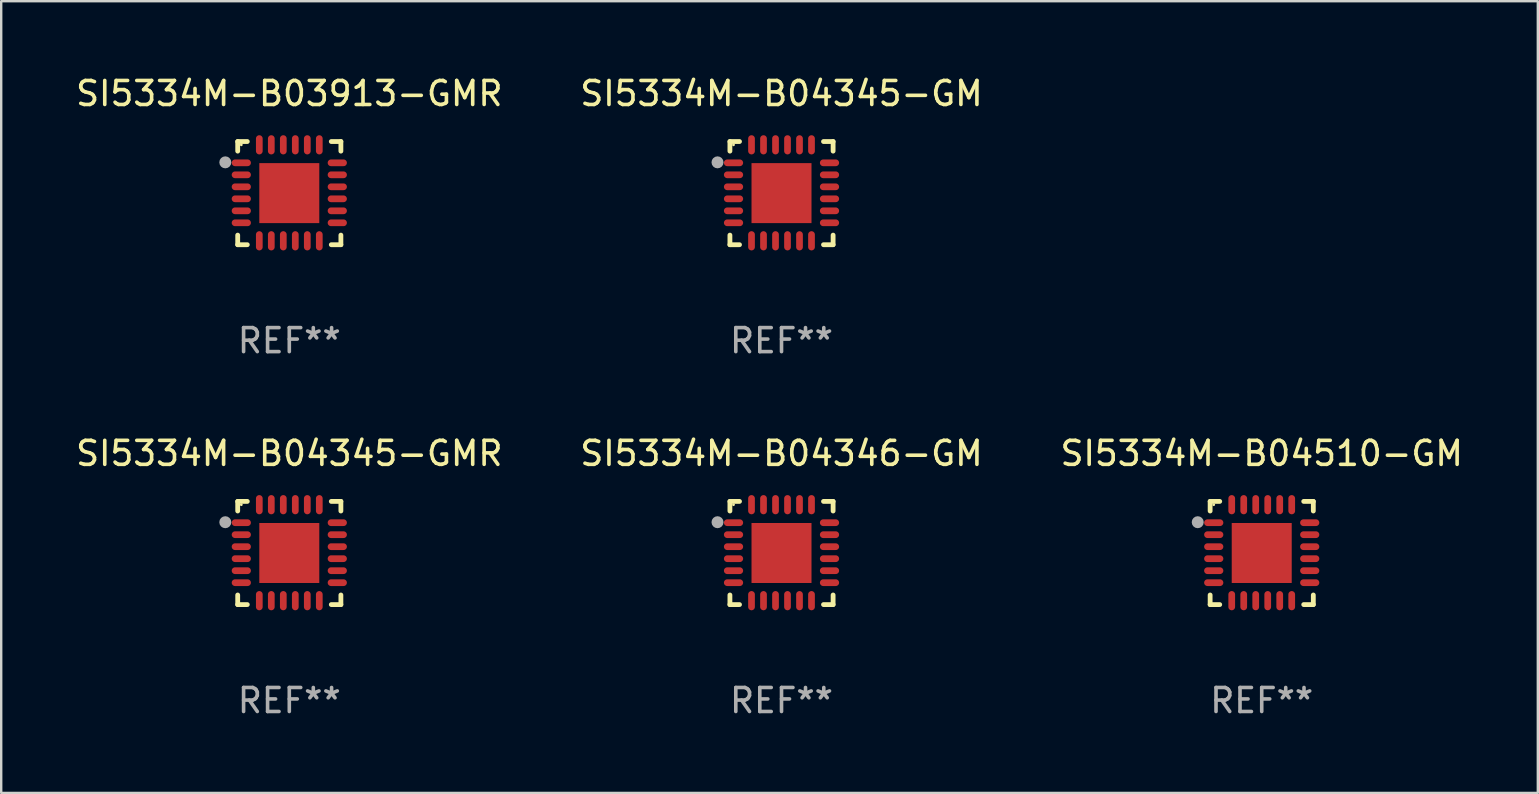
<source format=kicad_pcb>
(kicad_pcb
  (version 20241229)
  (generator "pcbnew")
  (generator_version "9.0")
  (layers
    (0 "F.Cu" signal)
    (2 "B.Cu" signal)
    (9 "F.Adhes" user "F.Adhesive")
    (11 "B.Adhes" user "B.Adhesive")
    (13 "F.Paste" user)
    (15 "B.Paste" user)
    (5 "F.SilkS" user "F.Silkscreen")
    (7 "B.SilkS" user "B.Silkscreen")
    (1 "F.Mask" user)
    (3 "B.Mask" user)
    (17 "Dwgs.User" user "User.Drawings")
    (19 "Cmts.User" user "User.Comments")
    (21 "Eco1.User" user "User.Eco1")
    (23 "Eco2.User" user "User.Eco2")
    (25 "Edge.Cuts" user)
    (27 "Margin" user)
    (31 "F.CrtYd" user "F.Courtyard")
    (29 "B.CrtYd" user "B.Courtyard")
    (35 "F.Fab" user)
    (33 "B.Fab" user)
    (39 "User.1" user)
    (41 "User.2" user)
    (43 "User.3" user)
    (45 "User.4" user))
  (footprint "SI5334M-B03913-GMR"
    (layer "F.Cu")
    (at 9.006 4.998)
    (property "Reference" "SI5334M-B03913-GMR" (at 0 -4.15 0) (layer "F.SilkS") (effects (font (size 1 1) (thickness 0.15))))
    (attr through_hole)
    (fp_line (start -2.15 -2.15) (end -1.75 -2.15) (stroke (width 0.2) (type solid)) (layer "F.SilkS"))
    (fp_line (start -2.15 -1.75) (end -2.15 -2.15) (stroke (width 0.2) (type solid)) (layer "F.SilkS"))
    (fp_line (start -2.15 2.15) (end -2.15 1.75) (stroke (width 0.2) (type solid)) (layer "F.SilkS"))
    (fp_line (start -1.75 2.15) (end -2.15 2.15) (stroke (width 0.2) (type solid)) (layer "F.SilkS"))
    (fp_line (start 1.75 -2.15) (end 2.15 -2.15) (stroke (width 0.2) (type solid)) (layer "F.SilkS"))
    (fp_line (start 1.75 2.15) (end 2.15 2.15) (stroke (width 0.2) (type solid)) (layer "F.SilkS"))
    (fp_line (start 2.15 -2.15) (end 2.15 -1.75) (stroke (width 0.2) (type solid)) (layer "F.SilkS"))
    (fp_line (start 2.15 2.15) (end 2.15 1.75) (stroke (width 0.2) (type solid)) (layer "F.SilkS"))
    (fp_circle (center -2 -2.013) (end -1.97 -2.013) (stroke (width 0.06) (type solid)) (fill no) (layer "F.SilkS"))
    (fp_circle (center -2.667 -1.283) (end -2.542 -1.283) (stroke (width 0.25) (type solid)) (fill no) (layer "F.Fab"))
    (fp_text user "REF**" (at 0 6.15 0) (layer "F.Fab") (effects (font (size 1 1) (thickness 0.15))))
    (pad "1" smd oval (at -2 -1.263) (size 0.8 0.28) (layers "F.Cu" "F.Mask" "F.Paste"))
    (pad "2" smd oval (at -2 -0.763) (size 0.8 0.28) (layers "F.Cu" "F.Mask" "F.Paste"))
    (pad "3" smd oval (at -2 -0.263) (size 0.8 0.28) (layers "F.Cu" "F.Mask" "F.Paste"))
    (pad "4" smd oval (at -2 0.237) (size 0.8 0.28) (layers "F.Cu" "F.Mask" "F.Paste"))
    (pad "5" smd oval (at -2 0.737) (size 0.8 0.28) (layers "F.Cu" "F.Mask" "F.Paste"))
    (pad "6" smd oval (at -2 1.237) (size 0.8 0.28) (layers "F.Cu" "F.Mask" "F.Paste"))
    (pad "7" smd oval (at -1.25 1.987) (size 0.28 0.8) (layers "F.Cu" "F.Mask" "F.Paste"))
    (pad "8" smd oval (at -0.75 1.987) (size 0.28 0.8) (layers "F.Cu" "F.Mask" "F.Paste"))
    (pad "9" smd oval (at -0.25 1.987) (size 0.28 0.8) (layers "F.Cu" "F.Mask" "F.Paste"))
    (pad "10" smd oval (at 0.25 1.987) (size 0.28 0.8) (layers "F.Cu" "F.Mask" "F.Paste"))
    (pad "11" smd oval (at 0.75 1.987) (size 0.28 0.8) (layers "F.Cu" "F.Mask" "F.Paste"))
    (pad "12" smd oval (at 1.25 1.987) (size 0.28 0.8) (layers "F.Cu" "F.Mask" "F.Paste"))
    (pad "13" smd oval (at 2 1.237) (size 0.8 0.28) (layers "F.Cu" "F.Mask" "F.Paste"))
    (pad "14" smd oval (at 2 0.737) (size 0.8 0.28) (layers "F.Cu" "F.Mask" "F.Paste"))
    (pad "15" smd oval (at 2 0.237) (size 0.8 0.28) (layers "F.Cu" "F.Mask" "F.Paste"))
    (pad "16" smd oval (at 2 -0.263) (size 0.8 0.28) (layers "F.Cu" "F.Mask" "F.Paste"))
    (pad "17" smd oval (at 2 -0.763) (size 0.8 0.28) (layers "F.Cu" "F.Mask" "F.Paste"))
    (pad "18" smd oval (at 2 -1.263) (size 0.8 0.28) (layers "F.Cu" "F.Mask" "F.Paste"))
    (pad "19" smd oval (at 1.25 -2.013) (size 0.28 0.8) (layers "F.Cu" "F.Mask" "F.Paste"))
    (pad "20" smd oval (at 0.75 -2.013) (size 0.28 0.8) (layers "F.Cu" "F.Mask" "F.Paste"))
    (pad "21" smd oval (at 0.25 -2.013) (size 0.28 0.8) (layers "F.Cu" "F.Mask" "F.Paste"))
    (pad "22" smd oval (at -0.25 -2.013) (size 0.28 0.8) (layers "F.Cu" "F.Mask" "F.Paste"))
    (pad "23" smd oval (at -0.75 -2.013) (size 0.28 0.8) (layers "F.Cu" "F.Mask" "F.Paste"))
    (pad "24" smd oval (at -1.25 -2.013) (size 0.28 0.8) (layers "F.Cu" "F.Mask" "F.Paste"))
    (pad "25" smd rect (at -0.000127 -0.00014) (size 2.5 2.5) (layers "F.Cu" "F.Mask" "F.Paste")))
  (footprint "SI5334M-B04345-GM"
    (layer "F.Cu")
    (at 29.518 4.998)
    (property "Reference" "SI5334M-B04345-GM" (at 0 -4.15 0) (layer "F.SilkS") (effects (font (size 1 1) (thickness 0.15))))
    (attr through_hole)
    (fp_line (start -2.15 -2.15) (end -1.75 -2.15) (stroke (width 0.2) (type solid)) (layer "F.SilkS"))
    (fp_line (start -2.15 -1.75) (end -2.15 -2.15) (stroke (width 0.2) (type solid)) (layer "F.SilkS"))
    (fp_line (start -2.15 2.15) (end -2.15 1.75) (stroke (width 0.2) (type solid)) (layer "F.SilkS"))
    (fp_line (start -1.75 2.15) (end -2.15 2.15) (stroke (width 0.2) (type solid)) (layer "F.SilkS"))
    (fp_line (start 1.75 -2.15) (end 2.15 -2.15) (stroke (width 0.2) (type solid)) (layer "F.SilkS"))
    (fp_line (start 1.75 2.15) (end 2.15 2.15) (stroke (width 0.2) (type solid)) (layer "F.SilkS"))
    (fp_line (start 2.15 -2.15) (end 2.15 -1.75) (stroke (width 0.2) (type solid)) (layer "F.SilkS"))
    (fp_line (start 2.15 2.15) (end 2.15 1.75) (stroke (width 0.2) (type solid)) (layer "F.SilkS"))
    (fp_circle (center -2 -2.013) (end -1.97 -2.013) (stroke (width 0.06) (type solid)) (fill no) (layer "F.SilkS"))
    (fp_circle (center -2.667 -1.283) (end -2.542 -1.283) (stroke (width 0.25) (type solid)) (fill no) (layer "F.Fab"))
    (fp_text user "REF**" (at 0 6.15 0) (layer "F.Fab") (effects (font (size 1 1) (thickness 0.15))))
    (pad "1" smd oval (at -2 -1.263) (size 0.8 0.28) (layers "F.Cu" "F.Mask" "F.Paste"))
    (pad "2" smd oval (at -2 -0.763) (size 0.8 0.28) (layers "F.Cu" "F.Mask" "F.Paste"))
    (pad "3" smd oval (at -2 -0.263) (size 0.8 0.28) (layers "F.Cu" "F.Mask" "F.Paste"))
    (pad "4" smd oval (at -2 0.237) (size 0.8 0.28) (layers "F.Cu" "F.Mask" "F.Paste"))
    (pad "5" smd oval (at -2 0.737) (size 0.8 0.28) (layers "F.Cu" "F.Mask" "F.Paste"))
    (pad "6" smd oval (at -2 1.237) (size 0.8 0.28) (layers "F.Cu" "F.Mask" "F.Paste"))
    (pad "7" smd oval (at -1.25 1.987) (size 0.28 0.8) (layers "F.Cu" "F.Mask" "F.Paste"))
    (pad "8" smd oval (at -0.75 1.987) (size 0.28 0.8) (layers "F.Cu" "F.Mask" "F.Paste"))
    (pad "9" smd oval (at -0.25 1.987) (size 0.28 0.8) (layers "F.Cu" "F.Mask" "F.Paste"))
    (pad "10" smd oval (at 0.25 1.987) (size 0.28 0.8) (layers "F.Cu" "F.Mask" "F.Paste"))
    (pad "11" smd oval (at 0.75 1.987) (size 0.28 0.8) (layers "F.Cu" "F.Mask" "F.Paste"))
    (pad "12" smd oval (at 1.25 1.987) (size 0.28 0.8) (layers "F.Cu" "F.Mask" "F.Paste"))
    (pad "13" smd oval (at 2 1.237) (size 0.8 0.28) (layers "F.Cu" "F.Mask" "F.Paste"))
    (pad "14" smd oval (at 2 0.737) (size 0.8 0.28) (layers "F.Cu" "F.Mask" "F.Paste"))
    (pad "15" smd oval (at 2 0.237) (size 0.8 0.28) (layers "F.Cu" "F.Mask" "F.Paste"))
    (pad "16" smd oval (at 2 -0.263) (size 0.8 0.28) (layers "F.Cu" "F.Mask" "F.Paste"))
    (pad "17" smd oval (at 2 -0.763) (size 0.8 0.28) (layers "F.Cu" "F.Mask" "F.Paste"))
    (pad "18" smd oval (at 2 -1.263) (size 0.8 0.28) (layers "F.Cu" "F.Mask" "F.Paste"))
    (pad "19" smd oval (at 1.25 -2.013) (size 0.28 0.8) (layers "F.Cu" "F.Mask" "F.Paste"))
    (pad "20" smd oval (at 0.75 -2.013) (size 0.28 0.8) (layers "F.Cu" "F.Mask" "F.Paste"))
    (pad "21" smd oval (at 0.25 -2.013) (size 0.28 0.8) (layers "F.Cu" "F.Mask" "F.Paste"))
    (pad "22" smd oval (at -0.25 -2.013) (size 0.28 0.8) (layers "F.Cu" "F.Mask" "F.Paste"))
    (pad "23" smd oval (at -0.75 -2.013) (size 0.28 0.8) (layers "F.Cu" "F.Mask" "F.Paste"))
    (pad "24" smd oval (at -1.25 -2.013) (size 0.28 0.8) (layers "F.Cu" "F.Mask" "F.Paste"))
    (pad "25" smd rect (at -0.000127 -0.00014) (size 2.5 2.5) (layers "F.Cu" "F.Mask" "F.Paste")))
  (footprint "SI5334M-B04345-GMR"
    (layer "F.Cu")
    (at 9.006 19.995)
    (property "Reference" "SI5334M-B04345-GMR" (at 0 -4.15 0) (layer "F.SilkS") (effects (font (size 1 1) (thickness 0.15))))
    (attr through_hole)
    (fp_line (start -2.15 -2.15) (end -1.75 -2.15) (stroke (width 0.2) (type solid)) (layer "F.SilkS"))
    (fp_line (start -2.15 -1.75) (end -2.15 -2.15) (stroke (width 0.2) (type solid)) (layer "F.SilkS"))
    (fp_line (start -2.15 2.15) (end -2.15 1.75) (stroke (width 0.2) (type solid)) (layer "F.SilkS"))
    (fp_line (start -1.75 2.15) (end -2.15 2.15) (stroke (width 0.2) (type solid)) (layer "F.SilkS"))
    (fp_line (start 1.75 -2.15) (end 2.15 -2.15) (stroke (width 0.2) (type solid)) (layer "F.SilkS"))
    (fp_line (start 1.75 2.15) (end 2.15 2.15) (stroke (width 0.2) (type solid)) (layer "F.SilkS"))
    (fp_line (start 2.15 -2.15) (end 2.15 -1.75) (stroke (width 0.2) (type solid)) (layer "F.SilkS"))
    (fp_line (start 2.15 2.15) (end 2.15 1.75) (stroke (width 0.2) (type solid)) (layer "F.SilkS"))
    (fp_circle (center -2 -2.013) (end -1.97 -2.013) (stroke (width 0.06) (type solid)) (fill no) (layer "F.SilkS"))
    (fp_circle (center -2.667 -1.283) (end -2.542 -1.283) (stroke (width 0.25) (type solid)) (fill no) (layer "F.Fab"))
    (fp_text user "REF**" (at 0 6.15 0) (layer "F.Fab") (effects (font (size 1 1) (thickness 0.15))))
    (pad "1" smd oval (at -2 -1.263) (size 0.8 0.28) (layers "F.Cu" "F.Mask" "F.Paste"))
    (pad "2" smd oval (at -2 -0.763) (size 0.8 0.28) (layers "F.Cu" "F.Mask" "F.Paste"))
    (pad "3" smd oval (at -2 -0.263) (size 0.8 0.28) (layers "F.Cu" "F.Mask" "F.Paste"))
    (pad "4" smd oval (at -2 0.237) (size 0.8 0.28) (layers "F.Cu" "F.Mask" "F.Paste"))
    (pad "5" smd oval (at -2 0.737) (size 0.8 0.28) (layers "F.Cu" "F.Mask" "F.Paste"))
    (pad "6" smd oval (at -2 1.237) (size 0.8 0.28) (layers "F.Cu" "F.Mask" "F.Paste"))
    (pad "7" smd oval (at -1.25 1.987) (size 0.28 0.8) (layers "F.Cu" "F.Mask" "F.Paste"))
    (pad "8" smd oval (at -0.75 1.987) (size 0.28 0.8) (layers "F.Cu" "F.Mask" "F.Paste"))
    (pad "9" smd oval (at -0.25 1.987) (size 0.28 0.8) (layers "F.Cu" "F.Mask" "F.Paste"))
    (pad "10" smd oval (at 0.25 1.987) (size 0.28 0.8) (layers "F.Cu" "F.Mask" "F.Paste"))
    (pad "11" smd oval (at 0.75 1.987) (size 0.28 0.8) (layers "F.Cu" "F.Mask" "F.Paste"))
    (pad "12" smd oval (at 1.25 1.987) (size 0.28 0.8) (layers "F.Cu" "F.Mask" "F.Paste"))
    (pad "13" smd oval (at 2 1.237) (size 0.8 0.28) (layers "F.Cu" "F.Mask" "F.Paste"))
    (pad "14" smd oval (at 2 0.737) (size 0.8 0.28) (layers "F.Cu" "F.Mask" "F.Paste"))
    (pad "15" smd oval (at 2 0.237) (size 0.8 0.28) (layers "F.Cu" "F.Mask" "F.Paste"))
    (pad "16" smd oval (at 2 -0.263) (size 0.8 0.28) (layers "F.Cu" "F.Mask" "F.Paste"))
    (pad "17" smd oval (at 2 -0.763) (size 0.8 0.28) (layers "F.Cu" "F.Mask" "F.Paste"))
    (pad "18" smd oval (at 2 -1.263) (size 0.8 0.28) (layers "F.Cu" "F.Mask" "F.Paste"))
    (pad "19" smd oval (at 1.25 -2.013) (size 0.28 0.8) (layers "F.Cu" "F.Mask" "F.Paste"))
    (pad "20" smd oval (at 0.75 -2.013) (size 0.28 0.8) (layers "F.Cu" "F.Mask" "F.Paste"))
    (pad "21" smd oval (at 0.25 -2.013) (size 0.28 0.8) (layers "F.Cu" "F.Mask" "F.Paste"))
    (pad "22" smd oval (at -0.25 -2.013) (size 0.28 0.8) (layers "F.Cu" "F.Mask" "F.Paste"))
    (pad "23" smd oval (at -0.75 -2.013) (size 0.28 0.8) (layers "F.Cu" "F.Mask" "F.Paste"))
    (pad "24" smd oval (at -1.25 -2.013) (size 0.28 0.8) (layers "F.Cu" "F.Mask" "F.Paste"))
    (pad "25" smd rect (at -0.000127 -0.00014) (size 2.5 2.5) (layers "F.Cu" "F.Mask" "F.Paste")))
  (footprint "SI5334M-B04346-GM"
    (layer "F.Cu")
    (at 29.518 19.995)
    (property "Reference" "SI5334M-B04346-GM" (at 0 -4.15 0) (layer "F.SilkS") (effects (font (size 1 1) (thickness 0.15))))
    (attr through_hole)
    (fp_line (start -2.15 -2.15) (end -1.75 -2.15) (stroke (width 0.2) (type solid)) (layer "F.SilkS"))
    (fp_line (start -2.15 -1.75) (end -2.15 -2.15) (stroke (width 0.2) (type solid)) (layer "F.SilkS"))
    (fp_line (start -2.15 2.15) (end -2.15 1.75) (stroke (width 0.2) (type solid)) (layer "F.SilkS"))
    (fp_line (start -1.75 2.15) (end -2.15 2.15) (stroke (width 0.2) (type solid)) (layer "F.SilkS"))
    (fp_line (start 1.75 -2.15) (end 2.15 -2.15) (stroke (width 0.2) (type solid)) (layer "F.SilkS"))
    (fp_line (start 1.75 2.15) (end 2.15 2.15) (stroke (width 0.2) (type solid)) (layer "F.SilkS"))
    (fp_line (start 2.15 -2.15) (end 2.15 -1.75) (stroke (width 0.2) (type solid)) (layer "F.SilkS"))
    (fp_line (start 2.15 2.15) (end 2.15 1.75) (stroke (width 0.2) (type solid)) (layer "F.SilkS"))
    (fp_circle (center -2 -2.013) (end -1.97 -2.013) (stroke (width 0.06) (type solid)) (fill no) (layer "F.SilkS"))
    (fp_circle (center -2.667 -1.283) (end -2.542 -1.283) (stroke (width 0.25) (type solid)) (fill no) (layer "F.Fab"))
    (fp_text user "REF**" (at 0 6.15 0) (layer "F.Fab") (effects (font (size 1 1) (thickness 0.15))))
    (pad "1" smd oval (at -2 -1.263) (size 0.8 0.28) (layers "F.Cu" "F.Mask" "F.Paste"))
    (pad "2" smd oval (at -2 -0.763) (size 0.8 0.28) (layers "F.Cu" "F.Mask" "F.Paste"))
    (pad "3" smd oval (at -2 -0.263) (size 0.8 0.28) (layers "F.Cu" "F.Mask" "F.Paste"))
    (pad "4" smd oval (at -2 0.237) (size 0.8 0.28) (layers "F.Cu" "F.Mask" "F.Paste"))
    (pad "5" smd oval (at -2 0.737) (size 0.8 0.28) (layers "F.Cu" "F.Mask" "F.Paste"))
    (pad "6" smd oval (at -2 1.237) (size 0.8 0.28) (layers "F.Cu" "F.Mask" "F.Paste"))
    (pad "7" smd oval (at -1.25 1.987) (size 0.28 0.8) (layers "F.Cu" "F.Mask" "F.Paste"))
    (pad "8" smd oval (at -0.75 1.987) (size 0.28 0.8) (layers "F.Cu" "F.Mask" "F.Paste"))
    (pad "9" smd oval (at -0.25 1.987) (size 0.28 0.8) (layers "F.Cu" "F.Mask" "F.Paste"))
    (pad "10" smd oval (at 0.25 1.987) (size 0.28 0.8) (layers "F.Cu" "F.Mask" "F.Paste"))
    (pad "11" smd oval (at 0.75 1.987) (size 0.28 0.8) (layers "F.Cu" "F.Mask" "F.Paste"))
    (pad "12" smd oval (at 1.25 1.987) (size 0.28 0.8) (layers "F.Cu" "F.Mask" "F.Paste"))
    (pad "13" smd oval (at 2 1.237) (size 0.8 0.28) (layers "F.Cu" "F.Mask" "F.Paste"))
    (pad "14" smd oval (at 2 0.737) (size 0.8 0.28) (layers "F.Cu" "F.Mask" "F.Paste"))
    (pad "15" smd oval (at 2 0.237) (size 0.8 0.28) (layers "F.Cu" "F.Mask" "F.Paste"))
    (pad "16" smd oval (at 2 -0.263) (size 0.8 0.28) (layers "F.Cu" "F.Mask" "F.Paste"))
    (pad "17" smd oval (at 2 -0.763) (size 0.8 0.28) (layers "F.Cu" "F.Mask" "F.Paste"))
    (pad "18" smd oval (at 2 -1.263) (size 0.8 0.28) (layers "F.Cu" "F.Mask" "F.Paste"))
    (pad "19" smd oval (at 1.25 -2.013) (size 0.28 0.8) (layers "F.Cu" "F.Mask" "F.Paste"))
    (pad "20" smd oval (at 0.75 -2.013) (size 0.28 0.8) (layers "F.Cu" "F.Mask" "F.Paste"))
    (pad "21" smd oval (at 0.25 -2.013) (size 0.28 0.8) (layers "F.Cu" "F.Mask" "F.Paste"))
    (pad "22" smd oval (at -0.25 -2.013) (size 0.28 0.8) (layers "F.Cu" "F.Mask" "F.Paste"))
    (pad "23" smd oval (at -0.75 -2.013) (size 0.28 0.8) (layers "F.Cu" "F.Mask" "F.Paste"))
    (pad "24" smd oval (at -1.25 -2.013) (size 0.28 0.8) (layers "F.Cu" "F.Mask" "F.Paste"))
    (pad "25" smd rect (at -0.000127 -0.00014) (size 2.5 2.5) (layers "F.Cu" "F.Mask" "F.Paste")))
  (footprint "SI5334M-B04510-GM"
    (layer "F.Cu")
    (at 49.53 19.995)
    (property "Reference" "SI5334M-B04510-GM" (at 0 -4.15 0) (layer "F.SilkS") (effects (font (size 1 1) (thickness 0.15))))
    (attr through_hole)
    (fp_line (start -2.15 -2.15) (end -1.75 -2.15) (stroke (width 0.2) (type solid)) (layer "F.SilkS"))
    (fp_line (start -2.15 -1.75) (end -2.15 -2.15) (stroke (width 0.2) (type solid)) (layer "F.SilkS"))
    (fp_line (start -2.15 2.15) (end -2.15 1.75) (stroke (width 0.2) (type solid)) (layer "F.SilkS"))
    (fp_line (start -1.75 2.15) (end -2.15 2.15) (stroke (width 0.2) (type solid)) (layer "F.SilkS"))
    (fp_line (start 1.75 -2.15) (end 2.15 -2.15) (stroke (width 0.2) (type solid)) (layer "F.SilkS"))
    (fp_line (start 1.75 2.15) (end 2.15 2.15) (stroke (width 0.2) (type solid)) (layer "F.SilkS"))
    (fp_line (start 2.15 -2.15) (end 2.15 -1.75) (stroke (width 0.2) (type solid)) (layer "F.SilkS"))
    (fp_line (start 2.15 2.15) (end 2.15 1.75) (stroke (width 0.2) (type solid)) (layer "F.SilkS"))
    (fp_circle (center -2 -2.013) (end -1.97 -2.013) (stroke (width 0.06) (type solid)) (fill no) (layer "F.SilkS"))
    (fp_circle (center -2.667 -1.283) (end -2.542 -1.283) (stroke (width 0.25) (type solid)) (fill no) (layer "F.Fab"))
    (fp_text user "REF**" (at 0 6.15 0) (layer "F.Fab") (effects (font (size 1 1) (thickness 0.15))))
    (pad "1" smd oval (at -2 -1.263) (size 0.8 0.28) (layers "F.Cu" "F.Mask" "F.Paste"))
    (pad "2" smd oval (at -2 -0.763) (size 0.8 0.28) (layers "F.Cu" "F.Mask" "F.Paste"))
    (pad "3" smd oval (at -2 -0.263) (size 0.8 0.28) (layers "F.Cu" "F.Mask" "F.Paste"))
    (pad "4" smd oval (at -2 0.237) (size 0.8 0.28) (layers "F.Cu" "F.Mask" "F.Paste"))
    (pad "5" smd oval (at -2 0.737) (size 0.8 0.28) (layers "F.Cu" "F.Mask" "F.Paste"))
    (pad "6" smd oval (at -2 1.237) (size 0.8 0.28) (layers "F.Cu" "F.Mask" "F.Paste"))
    (pad "7" smd oval (at -1.25 1.987) (size 0.28 0.8) (layers "F.Cu" "F.Mask" "F.Paste"))
    (pad "8" smd oval (at -0.75 1.987) (size 0.28 0.8) (layers "F.Cu" "F.Mask" "F.Paste"))
    (pad "9" smd oval (at -0.25 1.987) (size 0.28 0.8) (layers "F.Cu" "F.Mask" "F.Paste"))
    (pad "10" smd oval (at 0.25 1.987) (size 0.28 0.8) (layers "F.Cu" "F.Mask" "F.Paste"))
    (pad "11" smd oval (at 0.75 1.987) (size 0.28 0.8) (layers "F.Cu" "F.Mask" "F.Paste"))
    (pad "12" smd oval (at 1.25 1.987) (size 0.28 0.8) (layers "F.Cu" "F.Mask" "F.Paste"))
    (pad "13" smd oval (at 2 1.237) (size 0.8 0.28) (layers "F.Cu" "F.Mask" "F.Paste"))
    (pad "14" smd oval (at 2 0.737) (size 0.8 0.28) (layers "F.Cu" "F.Mask" "F.Paste"))
    (pad "15" smd oval (at 2 0.237) (size 0.8 0.28) (layers "F.Cu" "F.Mask" "F.Paste"))
    (pad "16" smd oval (at 2 -0.263) (size 0.8 0.28) (layers "F.Cu" "F.Mask" "F.Paste"))
    (pad "17" smd oval (at 2 -0.763) (size 0.8 0.28) (layers "F.Cu" "F.Mask" "F.Paste"))
    (pad "18" smd oval (at 2 -1.263) (size 0.8 0.28) (layers "F.Cu" "F.Mask" "F.Paste"))
    (pad "19" smd oval (at 1.25 -2.013) (size 0.28 0.8) (layers "F.Cu" "F.Mask" "F.Paste"))
    (pad "20" smd oval (at 0.75 -2.013) (size 0.28 0.8) (layers "F.Cu" "F.Mask" "F.Paste"))
    (pad "21" smd oval (at 0.25 -2.013) (size 0.28 0.8) (layers "F.Cu" "F.Mask" "F.Paste"))
    (pad "22" smd oval (at -0.25 -2.013) (size 0.28 0.8) (layers "F.Cu" "F.Mask" "F.Paste"))
    (pad "23" smd oval (at -0.75 -2.013) (size 0.28 0.8) (layers "F.Cu" "F.Mask" "F.Paste"))
    (pad "24" smd oval (at -1.25 -2.013) (size 0.28 0.8) (layers "F.Cu" "F.Mask" "F.Paste"))
    (pad "25" smd rect (at -0.000127 -0.00014) (size 2.5 2.5) (layers "F.Cu" "F.Mask" "F.Paste")))
  (gr_rect
    (start -3 -3)
    (end 61.036 29.993)
    (stroke (width 0.1) (type default))
    (fill no)
    (layer "Edge.Cuts")))
</source>
